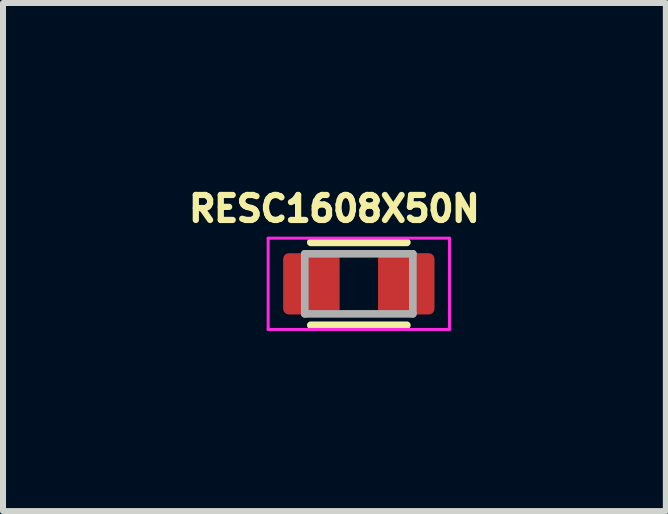
<source format=kicad_pcb>
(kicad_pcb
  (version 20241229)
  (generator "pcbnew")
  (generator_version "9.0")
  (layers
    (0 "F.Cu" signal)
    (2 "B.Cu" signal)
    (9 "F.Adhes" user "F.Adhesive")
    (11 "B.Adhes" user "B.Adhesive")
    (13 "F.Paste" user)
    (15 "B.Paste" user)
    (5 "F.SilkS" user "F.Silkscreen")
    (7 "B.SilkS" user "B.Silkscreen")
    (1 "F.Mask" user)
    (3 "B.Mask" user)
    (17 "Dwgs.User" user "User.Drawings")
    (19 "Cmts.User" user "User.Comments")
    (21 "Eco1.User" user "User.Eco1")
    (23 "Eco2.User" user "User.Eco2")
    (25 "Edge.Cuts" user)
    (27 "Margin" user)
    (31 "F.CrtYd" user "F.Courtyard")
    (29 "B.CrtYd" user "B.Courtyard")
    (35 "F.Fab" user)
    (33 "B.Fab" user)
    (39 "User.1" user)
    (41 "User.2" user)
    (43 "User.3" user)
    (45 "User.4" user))
  (footprint "RESC1608X50N"
    (layer "F.Cu")
    (at 2.926 1.677)
    (property "Reference" "RESC1608X50N" (at -0.407 -1.251 0) (layer "F.SilkS") (effects (font (size 0.416 0.416) (thickness 0.15))))
    (attr through_hole)
    (fp_line (start -0.8 -0.69) (end 0.8 -0.69) (stroke (width 0.127) (type solid)) (layer "F.SilkS"))
    (fp_line (start -0.8 0.69) (end 0.8 0.69) (stroke (width 0.127) (type solid)) (layer "F.SilkS"))
    (fp_line (start -1.51 -0.76) (end 1.51 -0.76) (stroke (width 0.05) (type solid)) (layer "F.CrtYd"))
    (fp_line (start -1.51 0.76) (end -1.51 -0.76) (stroke (width 0.05) (type solid)) (layer "F.CrtYd"))
    (fp_line (start 1.51 -0.76) (end 1.51 0.76) (stroke (width 0.05) (type solid)) (layer "F.CrtYd"))
    (fp_line (start 1.51 0.76) (end -1.51 0.76) (stroke (width 0.05) (type solid)) (layer "F.CrtYd"))
    (fp_line (start -0.9 -0.5) (end -0.9 0.5) (stroke (width 0.127) (type solid)) (layer "F.Fab"))
    (fp_line (start -0.9 -0.5) (end 0.9 -0.5) (stroke (width 0.127) (type solid)) (layer "F.Fab"))
    (fp_line (start -0.9 0.5) (end 0.9 0.5) (stroke (width 0.127) (type solid)) (layer "F.Fab"))
    (fp_line (start 0.9 -0.5) (end 0.9 0.5) (stroke (width 0.127) (type solid)) (layer "F.Fab"))
    (pad "1" smd roundrect (at -0.79 0) (size 0.94 1.02) (layers "F.Cu" "F.Mask" "F.Paste") (roundrect_rratio 0.1))
    (pad "2" smd roundrect (at 0.79 0) (size 0.94 1.02) (layers "F.Cu" "F.Mask" "F.Paste") (roundrect_rratio 0.1)))
  (gr_rect
    (start -3 -3)
    (end 8.039 5.462)
    (stroke (width 0.1) (type default))
    (fill no)
    (layer "Edge.Cuts")))
</source>
